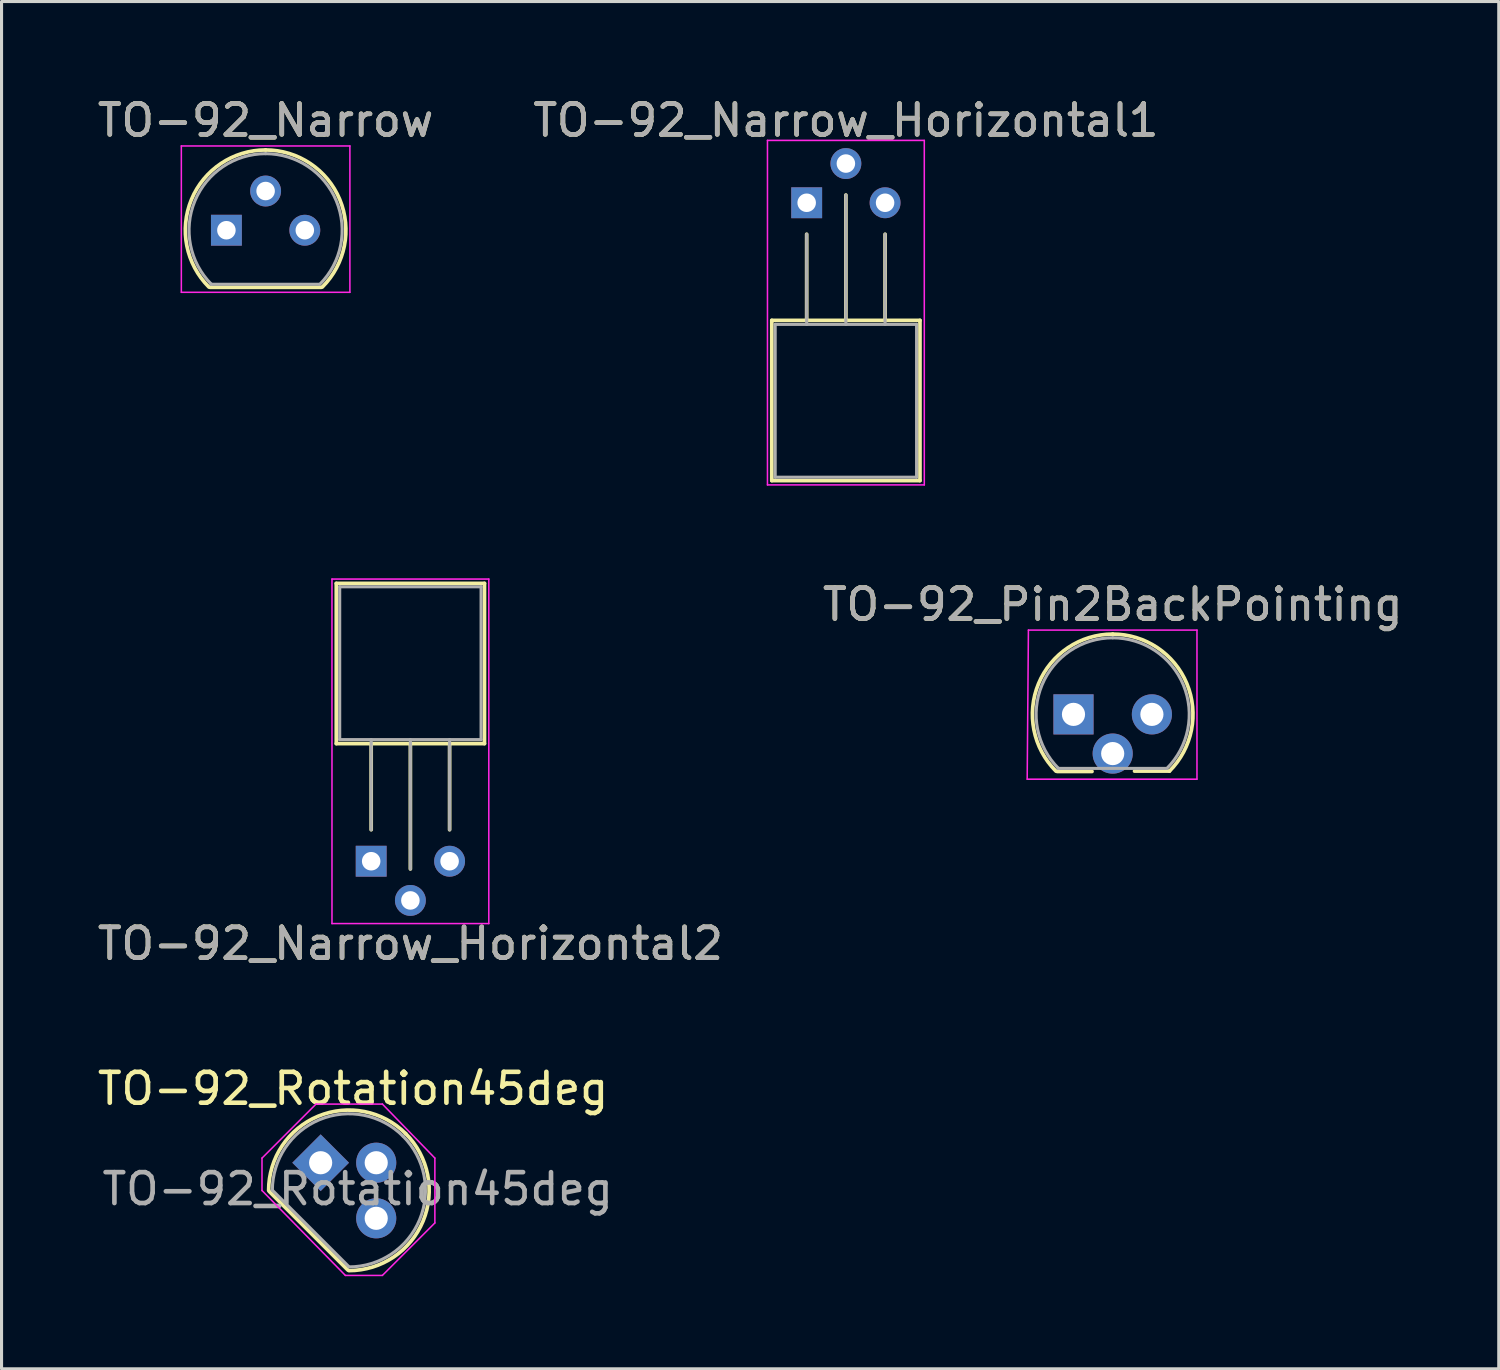
<source format=kicad_pcb>
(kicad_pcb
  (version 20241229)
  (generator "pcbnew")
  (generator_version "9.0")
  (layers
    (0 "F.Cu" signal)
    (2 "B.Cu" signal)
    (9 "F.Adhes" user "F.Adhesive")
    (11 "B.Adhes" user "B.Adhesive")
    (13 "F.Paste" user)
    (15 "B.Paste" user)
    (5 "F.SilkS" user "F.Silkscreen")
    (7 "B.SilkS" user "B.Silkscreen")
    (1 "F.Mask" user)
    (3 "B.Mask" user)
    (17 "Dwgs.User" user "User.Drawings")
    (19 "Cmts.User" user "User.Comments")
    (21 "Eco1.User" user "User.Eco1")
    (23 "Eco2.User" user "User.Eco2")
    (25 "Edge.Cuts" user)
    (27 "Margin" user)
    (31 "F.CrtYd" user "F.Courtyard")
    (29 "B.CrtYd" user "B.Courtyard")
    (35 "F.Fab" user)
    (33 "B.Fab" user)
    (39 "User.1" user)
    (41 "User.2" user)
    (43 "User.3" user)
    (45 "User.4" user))
  (footprint "TO-92_Narrow_Horizontal2"
    (layer "F.Cu")
    (at 8.974 24.848)
    (property "Reference" "TO-92_Narrow_Horizontal2" (at 1.27 2.67 0) (layer "F.SilkS") (effects (font (size 1 1) (thickness 0.15))))
    (attr through_hole)
    (fp_line (start -1.13 -9) (end -1.13 -3.81) (stroke (width 0.12) (type solid)) (layer "F.SilkS"))
    (fp_line (start -1.13 -3.81) (end 3.67 -3.81) (stroke (width 0.12) (type solid)) (layer "F.SilkS"))
    (fp_line (start 0 -1.02) (end 0 -3.81) (stroke (width 0.12) (type solid)) (layer "F.SilkS"))
    (fp_line (start 1.27 0.25) (end 1.27 -3.81) (stroke (width 0.12) (type solid)) (layer "F.SilkS"))
    (fp_line (start 2.54 -1.02) (end 2.54 -3.81) (stroke (width 0.12) (type solid)) (layer "F.SilkS"))
    (fp_line (start 3.67 -9) (end -1.13 -9) (stroke (width 0.12) (type solid)) (layer "F.SilkS"))
    (fp_line (start 3.67 -3.81) (end 3.67 -9) (stroke (width 0.12) (type solid)) (layer "F.SilkS"))
    (fp_line (start -1.27 -9.14) (end -1.27 2.02) (stroke (width 0.05) (type solid)) (layer "F.CrtYd"))
    (fp_line (start -1.27 -9.14) (end 3.81 -9.14) (stroke (width 0.05) (type solid)) (layer "F.CrtYd"))
    (fp_line (start 3.81 2.02) (end -1.27 2.02) (stroke (width 0.05) (type solid)) (layer "F.CrtYd"))
    (fp_line (start 3.81 2.02) (end 3.81 -9.14) (stroke (width 0.05) (type solid)) (layer "F.CrtYd"))
    (fp_line (start -1.02 -8.89) (end -1.02 -3.94) (stroke (width 0.1) (type solid)) (layer "F.Fab"))
    (fp_line (start -1.02 -3.94) (end 3.56 -3.94) (stroke (width 0.1) (type solid)) (layer "F.Fab"))
    (fp_line (start 0 -3.94) (end 0 -1.02) (stroke (width 0.1) (type solid)) (layer "F.Fab"))
    (fp_line (start 1.27 -3.94) (end 1.27 0.25) (stroke (width 0.1) (type solid)) (layer "F.Fab"))
    (fp_line (start 2.54 -3.94) (end 2.54 -1.02) (stroke (width 0.1) (type solid)) (layer "F.Fab"))
    (fp_line (start 3.56 -8.89) (end -1.02 -8.89) (stroke (width 0.1) (type solid)) (layer "F.Fab"))
    (fp_line (start 3.56 -3.94) (end 3.56 -8.89) (stroke (width 0.1) (type solid)) (layer "F.Fab"))
    (fp_text user "${REFERENCE}" (at 1.27 2.67 0) (layer "F.Fab") (effects (font (size 1 1) (thickness 0.15))))
    (pad "1" thru_hole rect (at 0 0 270) (size 1 1) (drill 0.6) (layers "*.Cu" "*.Mask"))
    (pad "2" thru_hole circle (at 1.27 1.27 270) (size 1 1) (drill 0.6) (layers "*.Cu" "*.Mask"))
    (pad "3" thru_hole circle (at 2.54 0 270) (size 1 1) (drill 0.6) (layers "*.Cu" "*.Mask")))
  (footprint "TO-92_Pin2BackPointing"
    (layer "F.Cu")
    (at 31.724 20.091)
    (property "Reference" "TO-92_Pin2BackPointing" (at 1.27 -3.56 0) (layer "F.SilkS") (effects (font (size 1 1) (thickness 0.15))))
    (attr through_hole)
    (fp_line (start -0.53 1.85) (end 0.6 1.85) (stroke (width 0.12) (type solid)) (layer "F.SilkS"))
    (fp_line (start 1.978 1.838) (end 3.108 1.838) (stroke (width 0.12) (type solid)) (layer "F.SilkS"))
    (fp_arc (start -0.568478 1.838478) (mid -1.132087 -0.994977) (end 1.27 -2.6) (stroke (width 0.12) (type solid)) (layer "F.SilkS"))
    (fp_arc (start 1.27 -2.6) (mid 3.672087 -0.994977) (end 3.108478 1.838478) (stroke (width 0.12) (type solid)) (layer "F.SilkS"))
    (fp_line (start -1.46 -2.73) (end -1.5 2.1) (stroke (width 0.05) (type solid)) (layer "F.CrtYd"))
    (fp_line (start -1.46 -2.73) (end 4 -2.73) (stroke (width 0.05) (type solid)) (layer "F.CrtYd"))
    (fp_line (start 4 2.1) (end -1.5 2.1) (stroke (width 0.05) (type solid)) (layer "F.CrtYd"))
    (fp_line (start 4 2.1) (end 4 -2.73) (stroke (width 0.05) (type solid)) (layer "F.CrtYd"))
    (fp_line (start -0.5 1.75) (end 3 1.75) (stroke (width 0.1) (type solid)) (layer "F.Fab"))
    (fp_arc (start -0.483625 1.753625) (mid -1.021221 -0.949055) (end 1.27 -2.48) (stroke (width 0.1) (type solid)) (layer "F.Fab"))
    (fp_arc (start 1.27 -2.48) (mid 3.561221 -0.949055) (end 3.023625 1.753625) (stroke (width 0.1) (type solid)) (layer "F.Fab"))
    (fp_text user "${REFERENCE}" (at 1.27 -3.56 0) (layer "F.Fab") (effects (font (size 1 1) (thickness 0.15))))
    (pad "1" thru_hole rect (at 0 0 90) (size 1.3 1.3) (drill 0.75) (layers "*.Cu" "*.Mask"))
    (pad "2" thru_hole circle (at 1.27 1.27 90) (size 1.3 1.3) (drill 0.75) (layers "*.Cu" "*.Mask"))
    (pad "3" thru_hole circle (at 2.54 0 90) (size 1.3 1.3) (drill 0.75) (layers "*.Cu" "*.Mask")))
  (footprint "TO-92_Narrow"
    (layer "F.Cu")
    (at 4.284 4.408)
    (property "Reference" "TO-92_Narrow" (at 1.27 -3.56 0) (layer "F.SilkS") (effects (font (size 1 1) (thickness 0.15))))
    (attr through_hole)
    (fp_line (start -0.53 1.85) (end 3.07 1.85) (stroke (width 0.12) (type solid)) (layer "F.SilkS"))
    (fp_arc (start -0.568478 1.838478) (mid -1.132087 -0.994977) (end 1.27 -2.6) (stroke (width 0.12) (type solid)) (layer "F.SilkS"))
    (fp_arc (start 1.27 -2.6) (mid 3.672087 -0.994977) (end 3.108478 1.838478) (stroke (width 0.12) (type solid)) (layer "F.SilkS"))
    (fp_line (start -1.46 -2.73) (end -1.46 2.01) (stroke (width 0.05) (type solid)) (layer "F.CrtYd"))
    (fp_line (start -1.46 -2.73) (end 4 -2.73) (stroke (width 0.05) (type solid)) (layer "F.CrtYd"))
    (fp_line (start 4 2.01) (end -1.46 2.01) (stroke (width 0.05) (type solid)) (layer "F.CrtYd"))
    (fp_line (start 4 2.01) (end 4 -2.73) (stroke (width 0.05) (type solid)) (layer "F.CrtYd"))
    (fp_line (start -0.5 1.75) (end 3 1.75) (stroke (width 0.1) (type solid)) (layer "F.Fab"))
    (fp_arc (start -0.483625 1.753625) (mid -1.021221 -0.949055) (end 1.27 -2.48) (stroke (width 0.1) (type solid)) (layer "F.Fab"))
    (fp_arc (start 1.27 -2.48) (mid 3.561221 -0.949055) (end 3.023625 1.753625) (stroke (width 0.1) (type solid)) (layer "F.Fab"))
    (fp_text user "${REFERENCE}" (at 1.27 -3.56 0) (layer "F.Fab") (effects (font (size 1 1) (thickness 0.15))))
    (pad "1" thru_hole rect (at 0 0 90) (size 1 1) (drill 0.6) (layers "*.Cu" "*.Mask"))
    (pad "2" thru_hole circle (at 1.27 -1.27 90) (size 1 1) (drill 0.6) (layers "*.Cu" "*.Mask"))
    (pad "3" thru_hole circle (at 2.54 0 90) (size 1 1) (drill 0.6) (layers "*.Cu" "*.Mask")))
  (footprint "TO-92_Narrow_Horizontal1"
    (layer "F.Cu")
    (at 23.081 3.518)
    (property "Reference" "TO-92_Narrow_Horizontal1" (at 1.27 -2.67 0) (layer "F.SilkS") (effects (font (size 1 1) (thickness 0.15))))
    (attr through_hole)
    (fp_line (start -1.13 3.81) (end 3.67 3.81) (stroke (width 0.12) (type solid)) (layer "F.SilkS"))
    (fp_line (start -1.13 9) (end -1.13 3.81) (stroke (width 0.12) (type solid)) (layer "F.SilkS"))
    (fp_line (start 0 1.02) (end 0 3.81) (stroke (width 0.12) (type solid)) (layer "F.SilkS"))
    (fp_line (start 1.27 -0.25) (end 1.27 3.81) (stroke (width 0.12) (type solid)) (layer "F.SilkS"))
    (fp_line (start 2.54 1.02) (end 2.54 3.81) (stroke (width 0.12) (type solid)) (layer "F.SilkS"))
    (fp_line (start 3.67 3.81) (end 3.67 9) (stroke (width 0.12) (type solid)) (layer "F.SilkS"))
    (fp_line (start 3.67 9) (end -1.13 9) (stroke (width 0.12) (type solid)) (layer "F.SilkS"))
    (fp_line (start -1.27 -2.02) (end -1.27 9.14) (stroke (width 0.05) (type solid)) (layer "F.CrtYd"))
    (fp_line (start -1.27 -2.02) (end 3.81 -2.02) (stroke (width 0.05) (type solid)) (layer "F.CrtYd"))
    (fp_line (start 3.81 9.14) (end -1.27 9.14) (stroke (width 0.05) (type solid)) (layer "F.CrtYd"))
    (fp_line (start 3.81 9.14) (end 3.81 -2.02) (stroke (width 0.05) (type solid)) (layer "F.CrtYd"))
    (fp_line (start -1.02 3.94) (end 3.56 3.94) (stroke (width 0.1) (type solid)) (layer "F.Fab"))
    (fp_line (start -1.02 8.89) (end -1.02 3.94) (stroke (width 0.1) (type solid)) (layer "F.Fab"))
    (fp_line (start 0 3.94) (end 0 1.02) (stroke (width 0.1) (type solid)) (layer "F.Fab"))
    (fp_line (start 1.27 3.94) (end 1.27 -0.25) (stroke (width 0.1) (type solid)) (layer "F.Fab"))
    (fp_line (start 2.54 3.94) (end 2.54 1.02) (stroke (width 0.1) (type solid)) (layer "F.Fab"))
    (fp_line (start 3.56 3.94) (end 3.56 8.89) (stroke (width 0.1) (type solid)) (layer "F.Fab"))
    (fp_line (start 3.56 8.89) (end -1.02 8.89) (stroke (width 0.1) (type solid)) (layer "F.Fab"))
    (fp_text user "${REFERENCE}" (at 1.27 -2.67 0) (layer "F.Fab") (effects (font (size 1 1) (thickness 0.15))))
    (pad "1" thru_hole rect (at 0 0 90) (size 1 1) (drill 0.6) (layers "*.Cu" "*.Mask"))
    (pad "2" thru_hole circle (at 1.27 -1.27 90) (size 1 1) (drill 0.6) (layers "*.Cu" "*.Mask"))
    (pad "3" thru_hole circle (at 2.54 0 90) (size 1 1) (drill 0.6) (layers "*.Cu" "*.Mask")))
  (footprint "TO-92_Rotation45deg"
    (layer "F.Cu")
    (at 7.337 34.615)
    (property "Reference" "TO-92_Rotation45deg" (at 1.05 -2.4 0) (layer "F.SilkS") (effects (font (size 1 1) (thickness 0.15))))
    (attr through_hole)
    (fp_line (start -1.665 0.93) (end 0.88 3.475) (stroke (width 0.12) (type solid)) (layer "F.SilkS"))
    (fp_arc (start -1.684557 0.894558) (mid -0.079535 -1.507528) (end 2.753919 -0.943919) (stroke (width 0.12) (type solid)) (layer "F.SilkS"))
    (fp_arc (start 2.753919 -0.943919) (mid 3.317528 1.889535) (end 0.915442 3.494557) (stroke (width 0.12) (type solid)) (layer "F.SilkS"))
    (fp_line (start -1.9 -0.15) (end -0.15 -1.9) (stroke (width 0.05) (type solid)) (layer "F.CrtYd"))
    (fp_line (start -1.9 0.9) (end -1.9 -0.15) (stroke (width 0.05) (type solid)) (layer "F.CrtYd"))
    (fp_line (start -0.15 -1.9) (end 2 -1.9) (stroke (width 0.05) (type solid)) (layer "F.CrtYd"))
    (fp_line (start 0.8 3.65) (end -1.9 0.9) (stroke (width 0.05) (type solid)) (layer "F.CrtYd"))
    (fp_line (start 2 -1.9) (end 3.7 -0.15) (stroke (width 0.05) (type solid)) (layer "F.CrtYd"))
    (fp_line (start 2 3.65) (end 0.8 3.65) (stroke (width 0.05) (type solid)) (layer "F.CrtYd"))
    (fp_line (start 3.7 -0.15) (end 3.7 1.95) (stroke (width 0.05) (type solid)) (layer "F.CrtYd"))
    (fp_line (start 3.7 1.95) (end 2 3.65) (stroke (width 0.05) (type solid)) (layer "F.CrtYd"))
    (fp_line (start -1.574 0.88) (end 0.901 3.355) (stroke (width 0.1) (type solid)) (layer "F.Fab"))
    (fp_arc (start -1.564557 0.894558) (mid -0.033613 -1.396662) (end 2.669066 -0.859066) (stroke (width 0.1) (type solid)) (layer "F.Fab"))
    (fp_arc (start 2.669066 -0.859066) (mid 3.206662 1.843612) (end 0.915442 3.374557) (stroke (width 0.1) (type solid)) (layer "F.Fab"))
    (fp_text user "${REFERENCE}" (at 1.2 0.85 0) (layer "F.Fab") (effects (font (size 1 1) (thickness 0.15))))
    (pad "1" thru_hole rect (at 0 0 45) (size 1.3 1.3) (drill 0.75) (layers "*.Cu" "*.Mask"))
    (pad "2" thru_hole circle (at 1.8 0 45) (size 1.3 1.3) (drill 0.75) (layers "*.Cu" "*.Mask"))
    (pad "3" thru_hole circle (at 1.8 1.8 45) (size 1.3 1.3) (drill 0.75) (layers "*.Cu" "*.Mask")))
  (gr_rect
    (start -3 -3)
    (end 45.5 41.29)
    (stroke (width 0.1) (type default))
    (fill no)
    (layer "Edge.Cuts")))
</source>
